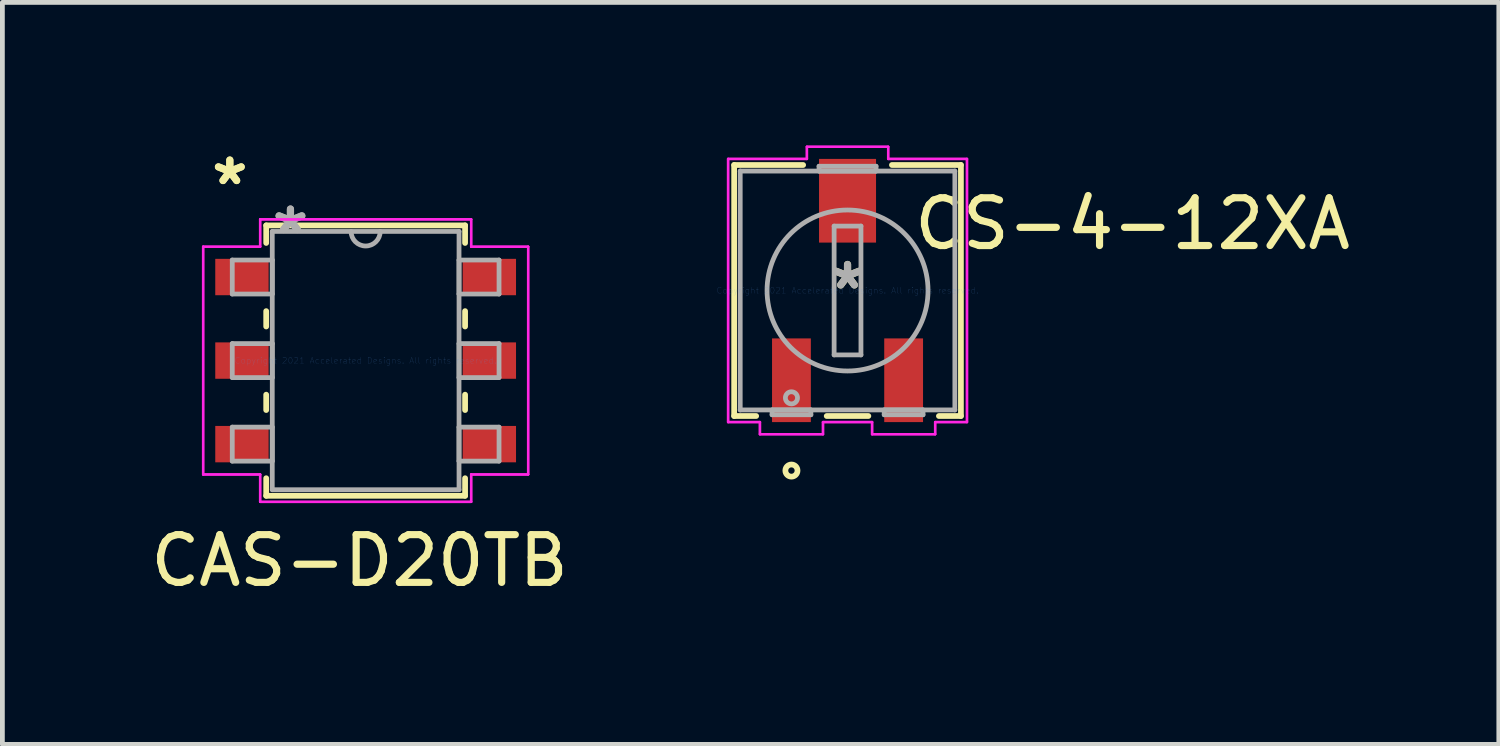
<source format=kicad_pcb>
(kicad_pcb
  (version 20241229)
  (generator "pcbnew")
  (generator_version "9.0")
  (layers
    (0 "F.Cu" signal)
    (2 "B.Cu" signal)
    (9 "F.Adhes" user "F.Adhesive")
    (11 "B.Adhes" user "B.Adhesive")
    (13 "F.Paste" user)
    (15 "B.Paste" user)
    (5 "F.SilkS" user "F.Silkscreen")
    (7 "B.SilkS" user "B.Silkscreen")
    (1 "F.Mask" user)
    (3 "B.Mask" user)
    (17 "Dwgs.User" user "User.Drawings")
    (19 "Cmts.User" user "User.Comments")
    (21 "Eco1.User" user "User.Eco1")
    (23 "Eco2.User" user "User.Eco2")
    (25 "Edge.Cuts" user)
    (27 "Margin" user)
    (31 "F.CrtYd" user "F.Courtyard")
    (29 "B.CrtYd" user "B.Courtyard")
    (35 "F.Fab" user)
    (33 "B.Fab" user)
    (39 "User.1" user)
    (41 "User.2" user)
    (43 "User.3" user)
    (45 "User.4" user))
  (footprint "CAS-D20TB"
    (layer "F.Cu")
    (at 4.609 4.503)
    (property "Reference" "CAS-D20TB" (at -0.127 4.191 0) (layer "F.SilkS") (effects (font (size 1 1) (thickness 0.15))))
    (attr through_hole)
    (fp_line (start -2.083 -2.832) (end -2.083 -2.464) (stroke (width 0.12) (type solid)) (layer "F.SilkS"))
    (fp_line (start -2.083 -1.036) (end -2.083 -0.714) (stroke (width 0.12) (type solid)) (layer "F.SilkS"))
    (fp_line (start -2.083 0.714) (end -2.083 1.036) (stroke (width 0.12) (type solid)) (layer "F.SilkS"))
    (fp_line (start -2.083 2.464) (end -2.083 2.832) (stroke (width 0.12) (type solid)) (layer "F.SilkS"))
    (fp_line (start -2.083 2.832) (end 2.083 2.832) (stroke (width 0.12) (type solid)) (layer "F.SilkS"))
    (fp_line (start 2.083 -2.832) (end -2.083 -2.832) (stroke (width 0.12) (type solid)) (layer "F.SilkS"))
    (fp_line (start 2.083 -2.464) (end 2.083 -2.832) (stroke (width 0.12) (type solid)) (layer "F.SilkS"))
    (fp_line (start 2.083 -0.714) (end 2.083 -1.036) (stroke (width 0.12) (type solid)) (layer "F.SilkS"))
    (fp_line (start 2.083 1.036) (end 2.083 0.714) (stroke (width 0.12) (type solid)) (layer "F.SilkS"))
    (fp_line (start 2.083 2.832) (end 2.083 2.464) (stroke (width 0.12) (type solid)) (layer "F.SilkS"))
    (fp_line (start -3.404 -2.385) (end -2.21 -2.385) (stroke (width 0.05) (type solid)) (layer "F.CrtYd"))
    (fp_line (start -3.404 -2.385) (end -2.21 -2.385) (stroke (width 0.05) (type solid)) (layer "F.CrtYd"))
    (fp_line (start -3.404 2.385) (end -3.404 -2.385) (stroke (width 0.05) (type solid)) (layer "F.CrtYd"))
    (fp_line (start -3.404 2.385) (end -3.404 -2.385) (stroke (width 0.05) (type solid)) (layer "F.CrtYd"))
    (fp_line (start -3.404 2.385) (end -2.21 2.385) (stroke (width 0.05) (type solid)) (layer "F.CrtYd"))
    (fp_line (start -2.21 -2.959) (end 2.21 -2.959) (stroke (width 0.05) (type solid)) (layer "F.CrtYd"))
    (fp_line (start -2.21 -2.959) (end 2.21 -2.959) (stroke (width 0.05) (type solid)) (layer "F.CrtYd"))
    (fp_line (start -2.21 -2.385) (end -2.21 -2.959) (stroke (width 0.05) (type solid)) (layer "F.CrtYd"))
    (fp_line (start -2.21 -2.385) (end -2.21 -2.959) (stroke (width 0.05) (type solid)) (layer "F.CrtYd"))
    (fp_line (start -2.21 2.385) (end -3.404 2.385) (stroke (width 0.05) (type solid)) (layer "F.CrtYd"))
    (fp_line (start -2.21 2.959) (end -2.21 2.385) (stroke (width 0.05) (type solid)) (layer "F.CrtYd"))
    (fp_line (start -2.21 2.959) (end -2.21 2.385) (stroke (width 0.05) (type solid)) (layer "F.CrtYd"))
    (fp_line (start 2.21 -2.959) (end 2.21 -2.385) (stroke (width 0.05) (type solid)) (layer "F.CrtYd"))
    (fp_line (start 2.21 -2.959) (end 2.21 -2.385) (stroke (width 0.05) (type solid)) (layer "F.CrtYd"))
    (fp_line (start 2.21 -2.385) (end 3.404 -2.385) (stroke (width 0.05) (type solid)) (layer "F.CrtYd"))
    (fp_line (start 2.21 2.385) (end 2.21 2.959) (stroke (width 0.05) (type solid)) (layer "F.CrtYd"))
    (fp_line (start 2.21 2.385) (end 2.21 2.959) (stroke (width 0.05) (type solid)) (layer "F.CrtYd"))
    (fp_line (start 2.21 2.959) (end -2.21 2.959) (stroke (width 0.05) (type solid)) (layer "F.CrtYd"))
    (fp_line (start 2.21 2.959) (end -2.21 2.959) (stroke (width 0.05) (type solid)) (layer "F.CrtYd"))
    (fp_line (start 3.404 -2.385) (end 2.21 -2.385) (stroke (width 0.05) (type solid)) (layer "F.CrtYd"))
    (fp_line (start 3.404 -2.385) (end 3.404 2.385) (stroke (width 0.05) (type solid)) (layer "F.CrtYd"))
    (fp_line (start 3.404 -2.385) (end 3.404 2.385) (stroke (width 0.05) (type solid)) (layer "F.CrtYd"))
    (fp_line (start 3.404 2.385) (end 2.21 2.385) (stroke (width 0.05) (type solid)) (layer "F.CrtYd"))
    (fp_line (start 3.404 2.385) (end 2.21 2.385) (stroke (width 0.05) (type solid)) (layer "F.CrtYd"))
    (fp_line (start -2.794 -2.106) (end -2.794 -1.394) (stroke (width 0.1) (type solid)) (layer "F.Fab"))
    (fp_line (start -2.794 -1.394) (end -1.956 -1.394) (stroke (width 0.1) (type solid)) (layer "F.Fab"))
    (fp_line (start -2.794 -0.356) (end -2.794 0.356) (stroke (width 0.1) (type solid)) (layer "F.Fab"))
    (fp_line (start -2.794 0.356) (end -1.956 0.356) (stroke (width 0.1) (type solid)) (layer "F.Fab"))
    (fp_line (start -2.794 1.394) (end -2.794 2.106) (stroke (width 0.1) (type solid)) (layer "F.Fab"))
    (fp_line (start -2.794 2.106) (end -1.956 2.106) (stroke (width 0.1) (type solid)) (layer "F.Fab"))
    (fp_line (start -1.956 -2.705) (end -1.956 2.705) (stroke (width 0.1) (type solid)) (layer "F.Fab"))
    (fp_line (start -1.956 -2.106) (end -2.794 -2.106) (stroke (width 0.1) (type solid)) (layer "F.Fab"))
    (fp_line (start -1.956 -1.394) (end -1.956 -2.106) (stroke (width 0.1) (type solid)) (layer "F.Fab"))
    (fp_line (start -1.956 -0.356) (end -2.794 -0.356) (stroke (width 0.1) (type solid)) (layer "F.Fab"))
    (fp_line (start -1.956 0.356) (end -1.956 -0.356) (stroke (width 0.1) (type solid)) (layer "F.Fab"))
    (fp_line (start -1.956 1.394) (end -2.794 1.394) (stroke (width 0.1) (type solid)) (layer "F.Fab"))
    (fp_line (start -1.956 2.106) (end -1.956 1.394) (stroke (width 0.1) (type solid)) (layer "F.Fab"))
    (fp_line (start -1.956 2.705) (end 1.956 2.705) (stroke (width 0.1) (type solid)) (layer "F.Fab"))
    (fp_line (start 1.956 -2.705) (end -1.956 -2.705) (stroke (width 0.1) (type solid)) (layer "F.Fab"))
    (fp_line (start 1.956 -2.106) (end 1.956 -1.394) (stroke (width 0.1) (type solid)) (layer "F.Fab"))
    (fp_line (start 1.956 -1.394) (end 2.794 -1.394) (stroke (width 0.1) (type solid)) (layer "F.Fab"))
    (fp_line (start 1.956 -0.356) (end 1.956 0.356) (stroke (width 0.1) (type solid)) (layer "F.Fab"))
    (fp_line (start 1.956 0.356) (end 2.794 0.356) (stroke (width 0.1) (type solid)) (layer "F.Fab"))
    (fp_line (start 1.956 1.394) (end 1.956 2.106) (stroke (width 0.1) (type solid)) (layer "F.Fab"))
    (fp_line (start 1.956 2.106) (end 2.794 2.106) (stroke (width 0.1) (type solid)) (layer "F.Fab"))
    (fp_line (start 1.956 2.705) (end 1.956 -2.705) (stroke (width 0.1) (type solid)) (layer "F.Fab"))
    (fp_line (start 2.794 -2.106) (end 1.956 -2.106) (stroke (width 0.1) (type solid)) (layer "F.Fab"))
    (fp_line (start 2.794 -1.394) (end 2.794 -2.106) (stroke (width 0.1) (type solid)) (layer "F.Fab"))
    (fp_line (start 2.794 -0.356) (end 1.956 -0.356) (stroke (width 0.1) (type solid)) (layer "F.Fab"))
    (fp_line (start 2.794 0.356) (end 2.794 -0.356) (stroke (width 0.1) (type solid)) (layer "F.Fab"))
    (fp_line (start 2.794 1.394) (end 1.956 1.394) (stroke (width 0.1) (type solid)) (layer "F.Fab"))
    (fp_line (start 2.794 2.106) (end 2.794 1.394) (stroke (width 0.1) (type solid)) (layer "F.Fab"))
    (fp_arc (start 0.3048 -2.7051) (mid 0 -2.4003) (end -0.3048 -2.7051) (stroke (width 0.1) (type solid)) (layer "F.Fab"))
    (fp_text user "*" (at -2.845 -3.655 0) (layer "F.SilkS") (effects (font (size 1 1) (thickness 0.15))))
    (fp_text user "*" (at -2.845 -3.655 0) (layer "F.SilkS") (effects (font (size 1 1) (thickness 0.15))))
    (fp_text user "Copyright 2021 Accelerated Designs. All rights reserved." (at 0 0 0) (layer "Cmts.User") (effects (font (size 0.127 0.127) (thickness 0.002))))
    (fp_text user "*" (at -1.575 -2.629 0) (layer "F.Fab") (effects (font (size 1 1) (thickness 0.15))))
    (fp_text user "*" (at -1.575 -2.629 0) (layer "F.Fab") (effects (font (size 1 1) (thickness 0.15))))
    (pad "1" smd rect (at -2.591 -1.75) (size 1.118 0.762) (layers "F.Cu" "F.Mask" "F.Paste"))
    (pad "2" smd rect (at -2.591 0) (size 1.118 0.762) (layers "F.Cu" "F.Mask" "F.Paste"))
    (pad "3" smd rect (at -2.591 1.75) (size 1.118 0.762) (layers "F.Cu" "F.Mask" "F.Paste"))
    (pad "4" smd rect (at 2.591 -1.75) (size 1.118 0.762) (layers "F.Cu" "F.Mask" "F.Paste"))
    (pad "5" smd rect (at 2.591 0) (size 1.118 0.762) (layers "F.Cu" "F.Mask" "F.Paste"))
    (pad "6" smd rect (at 2.591 1.75) (size 1.118 0.762) (layers "F.Cu" "F.Mask" "F.Paste")))
  (footprint "CS-4-12XA"
    (layer "F.Cu")
    (at 14.703 3.035)
    (property "Reference" "CS-4-12XA" (at 5.969 -1.397 0) (layer "F.SilkS") (effects (font (size 1 1) (thickness 0.15))))
    (attr smd)
    (fp_line (start -2.375 -2.629) (end -2.375 2.629) (stroke (width 0.12) (type solid)) (layer "F.SilkS"))
    (fp_line (start -2.375 2.629) (end -1.914 2.629) (stroke (width 0.12) (type solid)) (layer "F.SilkS"))
    (fp_line (start -0.93 -2.629) (end -2.375 -2.629) (stroke (width 0.12) (type solid)) (layer "F.SilkS"))
    (fp_line (start -0.436 2.629) (end 0.436 2.629) (stroke (width 0.12) (type solid)) (layer "F.SilkS"))
    (fp_line (start 1.914 2.629) (end 2.375 2.629) (stroke (width 0.12) (type solid)) (layer "F.SilkS"))
    (fp_line (start 2.375 -2.629) (end 0.93 -2.629) (stroke (width 0.12) (type solid)) (layer "F.SilkS"))
    (fp_line (start 2.375 -2.629) (end 2.375 2.629) (stroke (width 0.12) (type solid)) (layer "F.SilkS"))
    (fp_circle (center -1.175 3.772) (end -1.048 3.772) (stroke (width 0.12) (type solid)) (fill no) (layer "F.SilkS"))
    (fp_line (start -2.502 -2.756) (end -0.851 -2.756) (stroke (width 0.05) (type solid)) (layer "F.CrtYd"))
    (fp_line (start -2.502 -2.756) (end -0.851 -2.756) (stroke (width 0.05) (type solid)) (layer "F.CrtYd"))
    (fp_line (start -2.502 2.756) (end -2.502 -2.756) (stroke (width 0.05) (type solid)) (layer "F.CrtYd"))
    (fp_line (start -2.502 2.756) (end -2.502 -2.756) (stroke (width 0.05) (type solid)) (layer "F.CrtYd"))
    (fp_line (start -1.835 2.756) (end -2.502 2.756) (stroke (width 0.05) (type solid)) (layer "F.CrtYd"))
    (fp_line (start -1.835 2.756) (end -2.502 2.756) (stroke (width 0.05) (type solid)) (layer "F.CrtYd"))
    (fp_line (start -1.835 3.01) (end -1.835 2.756) (stroke (width 0.05) (type solid)) (layer "F.CrtYd"))
    (fp_line (start -1.835 3.01) (end -1.835 2.756) (stroke (width 0.05) (type solid)) (layer "F.CrtYd"))
    (fp_line (start -0.851 -3.01) (end 0.851 -3.01) (stroke (width 0.05) (type solid)) (layer "F.CrtYd"))
    (fp_line (start -0.851 -3.01) (end 0.851 -3.01) (stroke (width 0.05) (type solid)) (layer "F.CrtYd"))
    (fp_line (start -0.851 -2.756) (end -0.851 -3.01) (stroke (width 0.05) (type solid)) (layer "F.CrtYd"))
    (fp_line (start -0.851 -2.756) (end -0.851 -3.01) (stroke (width 0.05) (type solid)) (layer "F.CrtYd"))
    (fp_line (start -0.514 2.756) (end -0.514 3.01) (stroke (width 0.05) (type solid)) (layer "F.CrtYd"))
    (fp_line (start -0.514 2.756) (end -0.514 3.01) (stroke (width 0.05) (type solid)) (layer "F.CrtYd"))
    (fp_line (start -0.514 3.01) (end -1.835 3.01) (stroke (width 0.05) (type solid)) (layer "F.CrtYd"))
    (fp_line (start -0.514 3.01) (end -1.835 3.01) (stroke (width 0.05) (type solid)) (layer "F.CrtYd"))
    (fp_line (start 0.514 2.756) (end -0.514 2.756) (stroke (width 0.05) (type solid)) (layer "F.CrtYd"))
    (fp_line (start 0.514 2.756) (end -0.514 2.756) (stroke (width 0.05) (type solid)) (layer "F.CrtYd"))
    (fp_line (start 0.514 3.01) (end 0.514 2.756) (stroke (width 0.05) (type solid)) (layer "F.CrtYd"))
    (fp_line (start 0.514 3.01) (end 0.514 2.756) (stroke (width 0.05) (type solid)) (layer "F.CrtYd"))
    (fp_line (start 0.851 -3.01) (end 0.851 -2.756) (stroke (width 0.05) (type solid)) (layer "F.CrtYd"))
    (fp_line (start 0.851 -3.01) (end 0.851 -2.756) (stroke (width 0.05) (type solid)) (layer "F.CrtYd"))
    (fp_line (start 0.851 -2.756) (end 2.502 -2.756) (stroke (width 0.05) (type solid)) (layer "F.CrtYd"))
    (fp_line (start 0.851 -2.756) (end 2.502 -2.756) (stroke (width 0.05) (type solid)) (layer "F.CrtYd"))
    (fp_line (start 1.835 2.756) (end 1.835 3.01) (stroke (width 0.05) (type solid)) (layer "F.CrtYd"))
    (fp_line (start 1.835 2.756) (end 1.835 3.01) (stroke (width 0.05) (type solid)) (layer "F.CrtYd"))
    (fp_line (start 1.835 3.01) (end 0.514 3.01) (stroke (width 0.05) (type solid)) (layer "F.CrtYd"))
    (fp_line (start 1.835 3.01) (end 0.514 3.01) (stroke (width 0.05) (type solid)) (layer "F.CrtYd"))
    (fp_line (start 2.502 -2.756) (end 2.502 2.756) (stroke (width 0.05) (type solid)) (layer "F.CrtYd"))
    (fp_line (start 2.502 -2.756) (end 2.502 2.756) (stroke (width 0.05) (type solid)) (layer "F.CrtYd"))
    (fp_line (start 2.502 2.756) (end 1.835 2.756) (stroke (width 0.05) (type solid)) (layer "F.CrtYd"))
    (fp_line (start 2.502 2.756) (end 1.835 2.756) (stroke (width 0.05) (type solid)) (layer "F.CrtYd"))
    (fp_line (start -2.248 -2.502) (end -2.248 2.502) (stroke (width 0.1) (type solid)) (layer "F.Fab"))
    (fp_line (start -2.248 2.502) (end 2.248 2.502) (stroke (width 0.1) (type solid)) (layer "F.Fab"))
    (fp_line (start -1.581 2.502) (end -1.581 2.603) (stroke (width 0.1) (type solid)) (layer "F.Fab"))
    (fp_line (start -1.581 2.603) (end -0.768 2.603) (stroke (width 0.1) (type solid)) (layer "F.Fab"))
    (fp_line (start -0.768 2.502) (end -1.581 2.502) (stroke (width 0.1) (type solid)) (layer "F.Fab"))
    (fp_line (start -0.768 2.603) (end -0.768 2.502) (stroke (width 0.1) (type solid)) (layer "F.Fab"))
    (fp_line (start -0.597 -2.603) (end -0.597 -2.502) (stroke (width 0.1) (type solid)) (layer "F.Fab"))
    (fp_line (start -0.597 -2.502) (end 0.597 -2.502) (stroke (width 0.1) (type solid)) (layer "F.Fab"))
    (fp_line (start -0.281 -1.349) (end -0.281 1.349) (stroke (width 0.1) (type solid)) (layer "F.Fab"))
    (fp_line (start -0.281 -1.349) (end 0.281 -1.349) (stroke (width 0.1) (type solid)) (layer "F.Fab"))
    (fp_line (start -0.281 1.349) (end 0.281 1.349) (stroke (width 0.1) (type solid)) (layer "F.Fab"))
    (fp_line (start 0.281 -1.349) (end 0.281 1.349) (stroke (width 0.1) (type solid)) (layer "F.Fab"))
    (fp_line (start 0.597 -2.603) (end -0.597 -2.603) (stroke (width 0.1) (type solid)) (layer "F.Fab"))
    (fp_line (start 0.597 -2.502) (end 0.597 -2.603) (stroke (width 0.1) (type solid)) (layer "F.Fab"))
    (fp_line (start 0.768 2.502) (end 0.768 2.603) (stroke (width 0.1) (type solid)) (layer "F.Fab"))
    (fp_line (start 0.768 2.603) (end 1.581 2.603) (stroke (width 0.1) (type solid)) (layer "F.Fab"))
    (fp_line (start 1.581 2.502) (end 0.768 2.502) (stroke (width 0.1) (type solid)) (layer "F.Fab"))
    (fp_line (start 1.581 2.603) (end 1.581 2.502) (stroke (width 0.1) (type solid)) (layer "F.Fab"))
    (fp_line (start 2.248 -2.502) (end -2.248 -2.502) (stroke (width 0.1) (type solid)) (layer "F.Fab"))
    (fp_line (start 2.248 -2.502) (end 2.248 2.502) (stroke (width 0.1) (type solid)) (layer "F.Fab"))
    (fp_circle (center -1.175 2.248) (end -1.048 2.248) (stroke (width 0.1) (type solid)) (fill no) (layer "F.Fab"))
    (fp_circle (center 0 0) (end 1.686 0) (stroke (width 0.1) (type solid)) (fill no) (layer "F.Fab"))
    (fp_text user "*" (at 0 0 0) (layer "F.SilkS") (effects (font (size 1 1) (thickness 0.15))))
    (fp_text user "Copyright 2021 Accelerated Designs. All rights reserved." (at 0 0 0) (layer "Cmts.User") (effects (font (size 0.127 0.127) (thickness 0.002))))
    (fp_text user "*" (at 0 0 0) (layer "F.Fab") (effects (font (size 1 1) (thickness 0.15))))
    (pad "1" smd rect (at -1.175 1.88) (size 0.813 1.753) (layers "F.Cu" "F.Mask" "F.Paste"))
    (pad "2" smd rect (at 0 -1.88) (size 1.194 1.753) (layers "F.Cu" "F.Mask" "F.Paste"))
    (pad "3" smd rect (at 1.175 1.88) (size 0.813 1.753) (layers "F.Cu" "F.Mask" "F.Paste")))
  (gr_rect
    (start -3 -3)
    (end 28.345 12.543)
    (stroke (width 0.1) (type default))
    (fill no)
    (layer "Edge.Cuts")))
</source>
